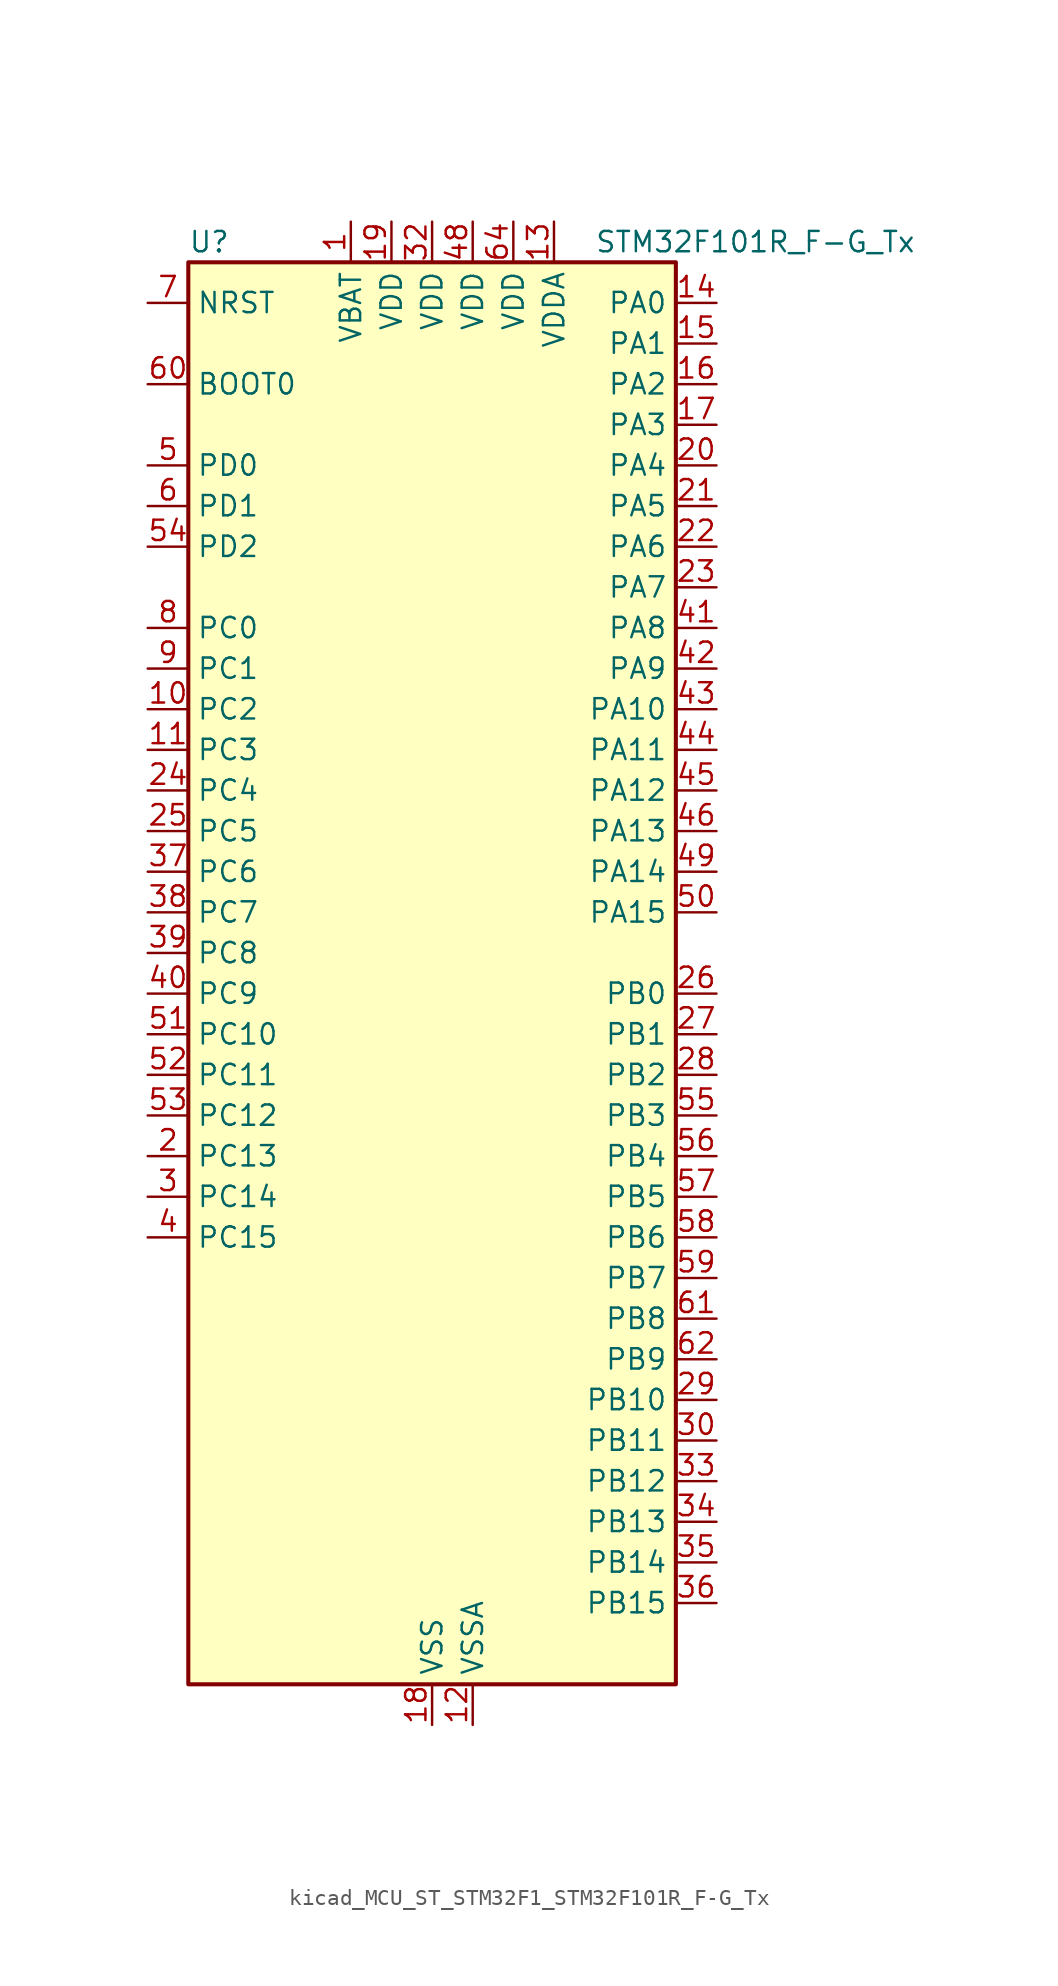
<source format=kicad_sym>
(kicad_symbol_lib
  (version 20220914)
  (generator kicad_symbol_editor)
  (symbol "kicad_MCU_ST_STM32F1_STM32F101R_F-G_Tx"
    (property "Reference" "U"
      (at -15.24 46.99 0)
      (effects (font (size 1.27 1.27)) (justify left)))
    (property "Value" "STM32F101R_F-G_Tx"
      (at 10.16 46.99 0)
      (effects (font (size 1.27 1.27)) (justify left)))
    (property "ki_locked" ""
      (at 0 0 0)
      (effects (font (size 1.27 1.27))))
    (symbol "kicad_MCU_ST_STM32F1_STM32F101R_F-G_Tx_0_1"
      (rectangle (start -15.24 -43.18) (end 15.24 45.72) (stroke (width 0.254) (type default)) (fill (type background))))
    (symbol "kicad_MCU_ST_STM32F1_STM32F101R_F-G_Tx_1_1"
      (pin power_in line (at -5.08 48.26 270) (length 2.54) (name "VBAT" (effects (font (size 1.27 1.27)))) (number "1" (effects (font (size 1.27 1.27)))))
      (pin bidirectional line (at -17.78 17.78 0) (length 2.54) (name "PC2" (effects (font (size 1.27 1.27)))) (number "10" (effects (font (size 1.27 1.27)))) (alternate "ADC1_IN12" bidirectional line))
      (pin bidirectional line (at -17.78 15.24 0) (length 2.54) (name "PC3" (effects (font (size 1.27 1.27)))) (number "11" (effects (font (size 1.27 1.27)))) (alternate "ADC1_IN13" bidirectional line))
      (pin power_in line (at 2.54 -45.72 90) (length 2.54) (name "VSSA" (effects (font (size 1.27 1.27)))) (number "12" (effects (font (size 1.27 1.27)))))
      (pin power_in line (at 7.62 48.26 270) (length 2.54) (name "VDDA" (effects (font (size 1.27 1.27)))) (number "13" (effects (font (size 1.27 1.27)))))
      (pin bidirectional line (at 17.78 43.18 180) (length 2.54) (name "PA0" (effects (font (size 1.27 1.27)))) (number "14" (effects (font (size 1.27 1.27)))) (alternate "ADC1_IN0" bidirectional line) (alternate "SYS_WKUP" bidirectional line) (alternate "TIM2_CH1" bidirectional line) (alternate "TIM2_ETR" bidirectional line) (alternate "TIM5_CH1" bidirectional line) (alternate "USART2_CTS" bidirectional line))
      (pin bidirectional line (at 17.78 40.64 180) (length 2.54) (name "PA1" (effects (font (size 1.27 1.27)))) (number "15" (effects (font (size 1.27 1.27)))) (alternate "ADC1_IN1" bidirectional line) (alternate "TIM2_CH2" bidirectional line) (alternate "TIM5_CH2" bidirectional line) (alternate "USART2_RTS" bidirectional line))
      (pin bidirectional line (at 17.78 38.1 180) (length 2.54) (name "PA2" (effects (font (size 1.27 1.27)))) (number "16" (effects (font (size 1.27 1.27)))) (alternate "ADC1_IN2" bidirectional line) (alternate "TIM2_CH3" bidirectional line) (alternate "TIM5_CH3" bidirectional line) (alternate "TIM9_CH1" bidirectional line) (alternate "USART2_TX" bidirectional line))
      (pin bidirectional line (at 17.78 35.56 180) (length 2.54) (name "PA3" (effects (font (size 1.27 1.27)))) (number "17" (effects (font (size 1.27 1.27)))) (alternate "ADC1_IN3" bidirectional line) (alternate "TIM2_CH4" bidirectional line) (alternate "TIM5_CH4" bidirectional line) (alternate "TIM9_CH2" bidirectional line) (alternate "USART2_RX" bidirectional line))
      (pin power_in line (at 0 -45.72 90) (length 2.54) (name "VSS" (effects (font (size 1.27 1.27)))) (number "18" (effects (font (size 1.27 1.27)))))
      (pin power_in line (at -2.54 48.26 270) (length 2.54) (name "VDD" (effects (font (size 1.27 1.27)))) (number "19" (effects (font (size 1.27 1.27)))))
      (pin bidirectional line (at -17.78 -10.16 0) (length 2.54) (name "PC13" (effects (font (size 1.27 1.27)))) (number "2" (effects (font (size 1.27 1.27)))) (alternate "RTC_OUT" bidirectional line) (alternate "RTC_TAMPER" bidirectional line))
      (pin bidirectional line (at 17.78 33.02 180) (length 2.54) (name "PA4" (effects (font (size 1.27 1.27)))) (number "20" (effects (font (size 1.27 1.27)))) (alternate "ADC1_IN4" bidirectional line) (alternate "DAC_OUT1" bidirectional line) (alternate "SPI1_NSS" bidirectional line) (alternate "USART2_CK" bidirectional line))
      (pin bidirectional line (at 17.78 30.48 180) (length 2.54) (name "PA5" (effects (font (size 1.27 1.27)))) (number "21" (effects (font (size 1.27 1.27)))) (alternate "ADC1_IN5" bidirectional line) (alternate "DAC_OUT2" bidirectional line) (alternate "SPI1_SCK" bidirectional line))
      (pin bidirectional line (at 17.78 27.94 180) (length 2.54) (name "PA6" (effects (font (size 1.27 1.27)))) (number "22" (effects (font (size 1.27 1.27)))) (alternate "ADC1_IN6" bidirectional line) (alternate "SPI1_MISO" bidirectional line) (alternate "TIM13_CH1" bidirectional line) (alternate "TIM3_CH1" bidirectional line))
      (pin bidirectional line (at 17.78 25.4 180) (length 2.54) (name "PA7" (effects (font (size 1.27 1.27)))) (number "23" (effects (font (size 1.27 1.27)))) (alternate "ADC1_IN7" bidirectional line) (alternate "SPI1_MOSI" bidirectional line) (alternate "TIM14_CH1" bidirectional line) (alternate "TIM3_CH2" bidirectional line))
      (pin bidirectional line (at -17.78 12.7 0) (length 2.54) (name "PC4" (effects (font (size 1.27 1.27)))) (number "24" (effects (font (size 1.27 1.27)))) (alternate "ADC1_IN14" bidirectional line))
      (pin bidirectional line (at -17.78 10.16 0) (length 2.54) (name "PC5" (effects (font (size 1.27 1.27)))) (number "25" (effects (font (size 1.27 1.27)))) (alternate "ADC1_IN15" bidirectional line))
      (pin bidirectional line (at 17.78 0 180) (length 2.54) (name "PB0" (effects (font (size 1.27 1.27)))) (number "26" (effects (font (size 1.27 1.27)))) (alternate "ADC1_IN8" bidirectional line) (alternate "TIM3_CH3" bidirectional line))
      (pin bidirectional line (at 17.78 -2.54 180) (length 2.54) (name "PB1" (effects (font (size 1.27 1.27)))) (number "27" (effects (font (size 1.27 1.27)))) (alternate "ADC1_IN9" bidirectional line) (alternate "TIM3_CH4" bidirectional line))
      (pin bidirectional line (at 17.78 -5.08 180) (length 2.54) (name "PB2" (effects (font (size 1.27 1.27)))) (number "28" (effects (font (size 1.27 1.27)))))
      (pin bidirectional line (at 17.78 -25.4 180) (length 2.54) (name "PB10" (effects (font (size 1.27 1.27)))) (number "29" (effects (font (size 1.27 1.27)))) (alternate "I2C2_SCL" bidirectional line) (alternate "TIM2_CH3" bidirectional line) (alternate "USART3_TX" bidirectional line))
      (pin bidirectional line (at -17.78 -12.7 0) (length 2.54) (name "PC14" (effects (font (size 1.27 1.27)))) (number "3" (effects (font (size 1.27 1.27)))) (alternate "RCC_OSC32_IN" bidirectional line))
      (pin bidirectional line (at 17.78 -27.94 180) (length 2.54) (name "PB11" (effects (font (size 1.27 1.27)))) (number "30" (effects (font (size 1.27 1.27)))) (alternate "ADC1_EXTI11" bidirectional line) (alternate "I2C2_SDA" bidirectional line) (alternate "TIM2_CH4" bidirectional line) (alternate "USART3_RX" bidirectional line))
      (pin passive line (at 0 -45.72 90) (length 2.54) hide (name "VSS" (effects (font (size 1.27 1.27)))) (number "31" (effects (font (size 1.27 1.27)))))
      (pin power_in line (at 0 48.26 270) (length 2.54) (name "VDD" (effects (font (size 1.27 1.27)))) (number "32" (effects (font (size 1.27 1.27)))))
      (pin bidirectional line (at 17.78 -30.48 180) (length 2.54) (name "PB12" (effects (font (size 1.27 1.27)))) (number "33" (effects (font (size 1.27 1.27)))) (alternate "I2C2_SMBA" bidirectional line) (alternate "SPI2_NSS" bidirectional line) (alternate "USART3_CK" bidirectional line))
      (pin bidirectional line (at 17.78 -33.02 180) (length 2.54) (name "PB13" (effects (font (size 1.27 1.27)))) (number "34" (effects (font (size 1.27 1.27)))) (alternate "SPI2_SCK" bidirectional line) (alternate "USART3_CTS" bidirectional line))
      (pin bidirectional line (at 17.78 -35.56 180) (length 2.54) (name "PB14" (effects (font (size 1.27 1.27)))) (number "35" (effects (font (size 1.27 1.27)))) (alternate "SPI2_MISO" bidirectional line) (alternate "TIM12_CH1" bidirectional line) (alternate "USART3_RTS" bidirectional line))
      (pin bidirectional line (at 17.78 -38.1 180) (length 2.54) (name "PB15" (effects (font (size 1.27 1.27)))) (number "36" (effects (font (size 1.27 1.27)))) (alternate "ADC1_EXTI15" bidirectional line) (alternate "SPI2_MOSI" bidirectional line) (alternate "TIM12_CH2" bidirectional line))
      (pin bidirectional line (at -17.78 7.62 0) (length 2.54) (name "PC6" (effects (font (size 1.27 1.27)))) (number "37" (effects (font (size 1.27 1.27)))) (alternate "TIM3_CH1" bidirectional line))
      (pin bidirectional line (at -17.78 5.08 0) (length 2.54) (name "PC7" (effects (font (size 1.27 1.27)))) (number "38" (effects (font (size 1.27 1.27)))) (alternate "TIM3_CH2" bidirectional line))
      (pin bidirectional line (at -17.78 2.54 0) (length 2.54) (name "PC8" (effects (font (size 1.27 1.27)))) (number "39" (effects (font (size 1.27 1.27)))) (alternate "TIM3_CH3" bidirectional line))
      (pin bidirectional line (at -17.78 -15.24 0) (length 2.54) (name "PC15" (effects (font (size 1.27 1.27)))) (number "4" (effects (font (size 1.27 1.27)))) (alternate "ADC1_EXTI15" bidirectional line) (alternate "RCC_OSC32_OUT" bidirectional line))
      (pin bidirectional line (at -17.78 0 0) (length 2.54) (name "PC9" (effects (font (size 1.27 1.27)))) (number "40" (effects (font (size 1.27 1.27)))) (alternate "DAC_EXTI9" bidirectional line) (alternate "TIM3_CH4" bidirectional line))
      (pin bidirectional line (at 17.78 22.86 180) (length 2.54) (name "PA8" (effects (font (size 1.27 1.27)))) (number "41" (effects (font (size 1.27 1.27)))) (alternate "RCC_MCO" bidirectional line) (alternate "USART1_CK" bidirectional line))
      (pin bidirectional line (at 17.78 20.32 180) (length 2.54) (name "PA9" (effects (font (size 1.27 1.27)))) (number "42" (effects (font (size 1.27 1.27)))) (alternate "DAC_EXTI9" bidirectional line) (alternate "USART1_TX" bidirectional line))
      (pin bidirectional line (at 17.78 17.78 180) (length 2.54) (name "PA10" (effects (font (size 1.27 1.27)))) (number "43" (effects (font (size 1.27 1.27)))) (alternate "USART1_RX" bidirectional line))
      (pin bidirectional line (at 17.78 15.24 180) (length 2.54) (name "PA11" (effects (font (size 1.27 1.27)))) (number "44" (effects (font (size 1.27 1.27)))) (alternate "ADC1_EXTI11" bidirectional line) (alternate "USART1_CTS" bidirectional line))
      (pin bidirectional line (at 17.78 12.7 180) (length 2.54) (name "PA12" (effects (font (size 1.27 1.27)))) (number "45" (effects (font (size 1.27 1.27)))) (alternate "USART1_RTS" bidirectional line))
      (pin bidirectional line (at 17.78 10.16 180) (length 2.54) (name "PA13" (effects (font (size 1.27 1.27)))) (number "46" (effects (font (size 1.27 1.27)))) (alternate "SYS_JTMS-SWDIO" bidirectional line))
      (pin passive line (at 0 -45.72 90) (length 2.54) hide (name "VSS" (effects (font (size 1.27 1.27)))) (number "47" (effects (font (size 1.27 1.27)))))
      (pin power_in line (at 2.54 48.26 270) (length 2.54) (name "VDD" (effects (font (size 1.27 1.27)))) (number "48" (effects (font (size 1.27 1.27)))))
      (pin bidirectional line (at 17.78 7.62 180) (length 2.54) (name "PA14" (effects (font (size 1.27 1.27)))) (number "49" (effects (font (size 1.27 1.27)))) (alternate "SYS_JTCK-SWCLK" bidirectional line))
      (pin bidirectional line (at -17.78 33.02 0) (length 2.54) (name "PD0" (effects (font (size 1.27 1.27)))) (number "5" (effects (font (size 1.27 1.27)))) (alternate "RCC_OSC_IN" bidirectional line))
      (pin bidirectional line (at 17.78 5.08 180) (length 2.54) (name "PA15" (effects (font (size 1.27 1.27)))) (number "50" (effects (font (size 1.27 1.27)))) (alternate "ADC1_EXTI15" bidirectional line) (alternate "SPI1_NSS" bidirectional line) (alternate "SPI3_NSS" bidirectional line) (alternate "SYS_JTDI" bidirectional line) (alternate "TIM2_CH1" bidirectional line) (alternate "TIM2_ETR" bidirectional line))
      (pin bidirectional line (at -17.78 -2.54 0) (length 2.54) (name "PC10" (effects (font (size 1.27 1.27)))) (number "51" (effects (font (size 1.27 1.27)))) (alternate "UART4_TX" bidirectional line) (alternate "USART3_TX" bidirectional line))
      (pin bidirectional line (at -17.78 -5.08 0) (length 2.54) (name "PC11" (effects (font (size 1.27 1.27)))) (number "52" (effects (font (size 1.27 1.27)))) (alternate "ADC1_EXTI11" bidirectional line) (alternate "UART4_RX" bidirectional line) (alternate "USART3_RX" bidirectional line))
      (pin bidirectional line (at -17.78 -7.62 0) (length 2.54) (name "PC12" (effects (font (size 1.27 1.27)))) (number "53" (effects (font (size 1.27 1.27)))) (alternate "UART5_TX" bidirectional line) (alternate "USART3_CK" bidirectional line))
      (pin bidirectional line (at -17.78 27.94 0) (length 2.54) (name "PD2" (effects (font (size 1.27 1.27)))) (number "54" (effects (font (size 1.27 1.27)))) (alternate "TIM3_ETR" bidirectional line) (alternate "UART5_RX" bidirectional line))
      (pin bidirectional line (at 17.78 -7.62 180) (length 2.54) (name "PB3" (effects (font (size 1.27 1.27)))) (number "55" (effects (font (size 1.27 1.27)))) (alternate "SPI1_SCK" bidirectional line) (alternate "SPI3_SCK" bidirectional line) (alternate "SYS_JTDO-TRACESWO" bidirectional line) (alternate "TIM2_CH2" bidirectional line))
      (pin bidirectional line (at 17.78 -10.16 180) (length 2.54) (name "PB4" (effects (font (size 1.27 1.27)))) (number "56" (effects (font (size 1.27 1.27)))) (alternate "SPI1_MISO" bidirectional line) (alternate "SPI3_MISO" bidirectional line) (alternate "SYS_NJTRST" bidirectional line) (alternate "TIM3_CH1" bidirectional line))
      (pin bidirectional line (at 17.78 -12.7 180) (length 2.54) (name "PB5" (effects (font (size 1.27 1.27)))) (number "57" (effects (font (size 1.27 1.27)))) (alternate "I2C1_SMBA" bidirectional line) (alternate "SPI1_MOSI" bidirectional line) (alternate "SPI3_MOSI" bidirectional line) (alternate "TIM3_CH2" bidirectional line))
      (pin bidirectional line (at 17.78 -15.24 180) (length 2.54) (name "PB6" (effects (font (size 1.27 1.27)))) (number "58" (effects (font (size 1.27 1.27)))) (alternate "I2C1_SCL" bidirectional line) (alternate "TIM4_CH1" bidirectional line) (alternate "USART1_TX" bidirectional line))
      (pin bidirectional line (at 17.78 -17.78 180) (length 2.54) (name "PB7" (effects (font (size 1.27 1.27)))) (number "59" (effects (font (size 1.27 1.27)))) (alternate "I2C1_SDA" bidirectional line) (alternate "TIM4_CH2" bidirectional line) (alternate "USART1_RX" bidirectional line))
      (pin bidirectional line (at -17.78 30.48 0) (length 2.54) (name "PD1" (effects (font (size 1.27 1.27)))) (number "6" (effects (font (size 1.27 1.27)))) (alternate "RCC_OSC_OUT" bidirectional line))
      (pin input line (at -17.78 38.1 0) (length 2.54) (name "BOOT0" (effects (font (size 1.27 1.27)))) (number "60" (effects (font (size 1.27 1.27)))))
      (pin bidirectional line (at 17.78 -20.32 180) (length 2.54) (name "PB8" (effects (font (size 1.27 1.27)))) (number "61" (effects (font (size 1.27 1.27)))) (alternate "I2C1_SCL" bidirectional line) (alternate "TIM10_CH1" bidirectional line) (alternate "TIM4_CH3" bidirectional line))
      (pin bidirectional line (at 17.78 -22.86 180) (length 2.54) (name "PB9" (effects (font (size 1.27 1.27)))) (number "62" (effects (font (size 1.27 1.27)))) (alternate "DAC_EXTI9" bidirectional line) (alternate "I2C1_SDA" bidirectional line) (alternate "TIM11_CH1" bidirectional line) (alternate "TIM4_CH4" bidirectional line))
      (pin passive line (at 0 -45.72 90) (length 2.54) hide (name "VSS" (effects (font (size 1.27 1.27)))) (number "63" (effects (font (size 1.27 1.27)))))
      (pin power_in line (at 5.08 48.26 270) (length 2.54) (name "VDD" (effects (font (size 1.27 1.27)))) (number "64" (effects (font (size 1.27 1.27)))))
      (pin input line (at -17.78 43.18 0) (length 2.54) (name "NRST" (effects (font (size 1.27 1.27)))) (number "7" (effects (font (size 1.27 1.27)))))
      (pin bidirectional line (at -17.78 22.86 0) (length 2.54) (name "PC0" (effects (font (size 1.27 1.27)))) (number "8" (effects (font (size 1.27 1.27)))) (alternate "ADC1_IN10" bidirectional line))
      (pin bidirectional line (at -17.78 20.32 0) (length 2.54) (name "PC1" (effects (font (size 1.27 1.27)))) (number "9" (effects (font (size 1.27 1.27)))) (alternate "ADC1_IN11" bidirectional line)))))
</source>
